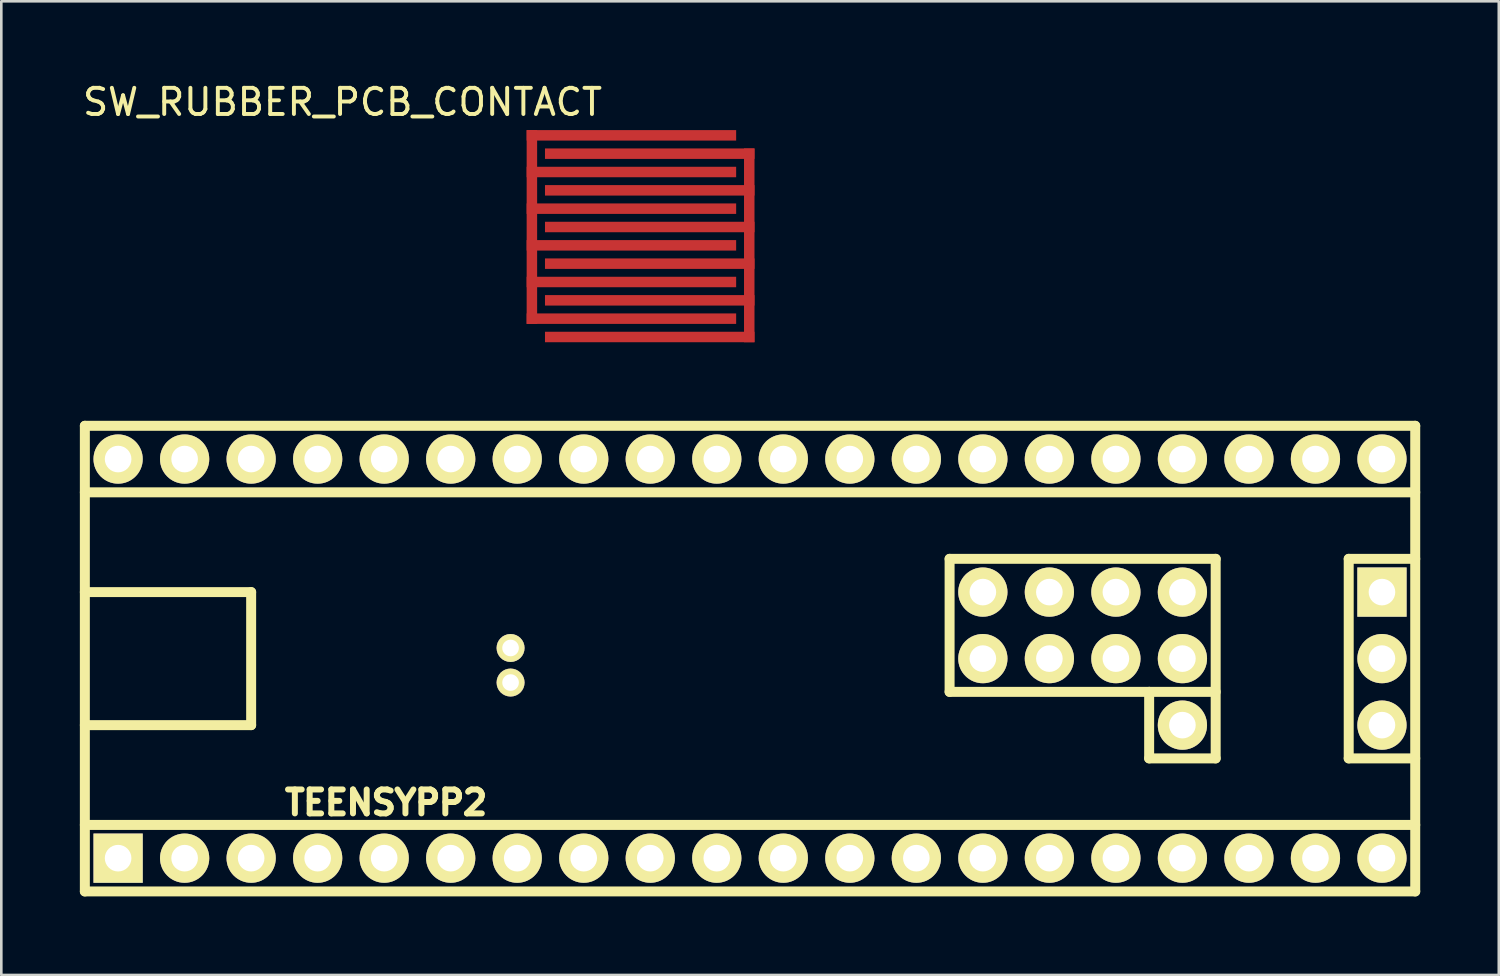
<source format=kicad_pcb>
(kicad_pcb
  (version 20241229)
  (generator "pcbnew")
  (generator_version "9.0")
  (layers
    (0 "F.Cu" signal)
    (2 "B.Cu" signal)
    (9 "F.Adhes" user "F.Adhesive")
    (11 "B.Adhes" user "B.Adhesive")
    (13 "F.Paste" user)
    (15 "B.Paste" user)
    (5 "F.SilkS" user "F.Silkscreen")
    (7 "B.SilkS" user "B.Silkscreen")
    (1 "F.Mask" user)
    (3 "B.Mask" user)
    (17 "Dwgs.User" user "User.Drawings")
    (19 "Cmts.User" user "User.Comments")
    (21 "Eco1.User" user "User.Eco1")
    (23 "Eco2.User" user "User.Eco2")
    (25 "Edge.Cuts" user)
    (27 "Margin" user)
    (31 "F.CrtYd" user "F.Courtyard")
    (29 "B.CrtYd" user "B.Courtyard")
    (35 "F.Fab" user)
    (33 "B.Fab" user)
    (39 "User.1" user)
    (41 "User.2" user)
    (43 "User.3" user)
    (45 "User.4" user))
  (footprint "SW_RUBBER_PCB_CONTACT"
    (layer "F.Cu")
    (at 21.46 5.928)
    (property "Reference" "SW_RUBBER_PCB_CONTACT" (at -11.43 -5.08 0) (layer "F.SilkS") (effects (font (size 1 1) (thickness 0.15))))
    (attr through_hole)
    (pad "" smd rect (at -0.4 -3.81) (size 8 0.4) (layers "F.Cu" "F.Mask" "F.Paste"))
    (pad "" smd rect (at -0.4 -2.41) (size 8 0.4) (layers "F.Cu" "F.Mask" "F.Paste"))
    (pad "" smd rect (at -0.4 -1.01) (size 8 0.4) (layers "F.Cu" "F.Mask" "F.Paste"))
    (pad "" smd rect (at -0.4 0.39) (size 8 0.4) (layers "F.Cu" "F.Mask" "F.Paste"))
    (pad "" smd rect (at -0.4 1.79) (size 8 0.4) (layers "F.Cu" "F.Mask" "F.Paste"))
    (pad "" smd rect (at -0.4 3.19) (size 8 0.4) (layers "F.Cu" "F.Mask" "F.Paste"))
    (pad "" smd rect (at 0.3 -3.11) (size 8 0.4) (layers "F.Cu" "F.Mask" "F.Paste"))
    (pad "" smd rect (at 0.3 -1.71) (size 8 0.4) (layers "F.Cu" "F.Mask" "F.Paste"))
    (pad "" smd rect (at 0.3 -0.31) (size 8 0.4) (layers "F.Cu" "F.Mask" "F.Paste"))
    (pad "" smd rect (at 0.3 1.09) (size 8 0.4) (layers "F.Cu" "F.Mask" "F.Paste"))
    (pad "" smd rect (at 0.3 2.49) (size 8 0.4) (layers "F.Cu" "F.Mask" "F.Paste"))
    (pad "" smd rect (at 0.3 3.89) (size 8 0.4) (layers "F.Cu" "F.Mask" "F.Paste"))
    (pad "1" smd rect (at -4.2 -0.31) (size 0.4 7.4) (layers "F.Cu" "F.Mask" "F.Paste"))
    (pad "2" smd rect (at 4.1 0.39) (size 0.4 7.4) (layers "F.Cu" "F.Mask" "F.Paste")))
  (footprint "TEENSYPP2"
    (layer "F.Cu")
    (at 25.59 22.099)
    (property "Reference" "TEENSYPP2" (at -13.899 5.499 0) (layer "F.SilkS") (effects (font (size 0.914 0.914) (thickness 0.229))))
    (attr through_hole)
    (fp_line (start -25.4 -8.89) (end 25.4 -8.89) (stroke (width 0.381) (type solid)) (layer "F.SilkS"))
    (fp_line (start -25.4 -6.35) (end 25.4 -6.35) (stroke (width 0.381) (type solid)) (layer "F.SilkS"))
    (fp_line (start -25.4 -2.54) (end -19.05 -2.54) (stroke (width 0.381) (type solid)) (layer "F.SilkS"))
    (fp_line (start -25.4 8.89) (end -25.4 -8.89) (stroke (width 0.381) (type solid)) (layer "F.SilkS"))
    (fp_line (start -19.05 -2.54) (end -19.05 2.54) (stroke (width 0.381) (type solid)) (layer "F.SilkS"))
    (fp_line (start -19.05 2.54) (end -25.4 2.54) (stroke (width 0.381) (type solid)) (layer "F.SilkS"))
    (fp_line (start 7.62 -3.81) (end 17.78 -3.81) (stroke (width 0.381) (type solid)) (layer "F.SilkS"))
    (fp_line (start 7.62 1.27) (end 7.62 -3.81) (stroke (width 0.381) (type solid)) (layer "F.SilkS"))
    (fp_line (start 15.24 1.27) (end 7.62 1.27) (stroke (width 0.381) (type solid)) (layer "F.SilkS"))
    (fp_line (start 15.24 1.27) (end 17.78 1.27) (stroke (width 0.381) (type solid)) (layer "F.SilkS"))
    (fp_line (start 15.24 3.81) (end 15.24 1.27) (stroke (width 0.381) (type solid)) (layer "F.SilkS"))
    (fp_line (start 17.78 -3.81) (end 17.78 3.81) (stroke (width 0.381) (type solid)) (layer "F.SilkS"))
    (fp_line (start 17.78 3.81) (end 15.24 3.81) (stroke (width 0.381) (type solid)) (layer "F.SilkS"))
    (fp_line (start 22.86 -3.81) (end 22.86 3.81) (stroke (width 0.381) (type solid)) (layer "F.SilkS"))
    (fp_line (start 22.86 3.81) (end 25.4 3.81) (stroke (width 0.381) (type solid)) (layer "F.SilkS"))
    (fp_line (start 25.4 -8.89) (end 25.4 8.89) (stroke (width 0.381) (type solid)) (layer "F.SilkS"))
    (fp_line (start 25.4 -3.81) (end 22.86 -3.81) (stroke (width 0.381) (type solid)) (layer "F.SilkS"))
    (fp_line (start 25.4 6.35) (end -25.4 6.35) (stroke (width 0.381) (type solid)) (layer "F.SilkS"))
    (fp_line (start 25.4 8.89) (end -25.4 8.89) (stroke (width 0.381) (type solid)) (layer "F.SilkS"))
    (pad "1" thru_hole rect (at -24.13 7.62) (size 1.88 1.88) (drill 1.016) (layers "*.Cu" "*.Mask" "F.SilkS"))
    (pad "2" thru_hole circle (at -21.59 7.62) (size 1.88 1.88) (drill 1.016) (layers "*.Cu" "*.Mask" "F.SilkS"))
    (pad "3" thru_hole circle (at -19.05 7.62) (size 1.88 1.88) (drill 1.016) (layers "*.Cu" "*.Mask" "F.SilkS"))
    (pad "4" thru_hole circle (at -16.51 7.62) (size 1.88 1.88) (drill 1.016) (layers "*.Cu" "*.Mask" "F.SilkS"))
    (pad "5" thru_hole circle (at -13.97 7.62) (size 1.88 1.88) (drill 1.016) (layers "*.Cu" "*.Mask" "F.SilkS"))
    (pad "6" thru_hole circle (at -11.43 7.62) (size 1.88 1.88) (drill 1.016) (layers "*.Cu" "*.Mask" "F.SilkS"))
    (pad "7" thru_hole circle (at -8.89 7.62) (size 1.88 1.88) (drill 1.016) (layers "*.Cu" "*.Mask" "F.SilkS"))
    (pad "8" thru_hole circle (at -6.35 7.62) (size 1.88 1.88) (drill 1.016) (layers "*.Cu" "*.Mask" "F.SilkS"))
    (pad "9" thru_hole circle (at -3.81 7.62) (size 1.88 1.88) (drill 1.016) (layers "*.Cu" "*.Mask" "F.SilkS"))
    (pad "10" thru_hole circle (at -1.27 7.62) (size 1.88 1.88) (drill 1.016) (layers "*.Cu" "*.Mask" "F.SilkS"))
    (pad "11" thru_hole circle (at 1.27 7.62) (size 1.88 1.88) (drill 1.016) (layers "*.Cu" "*.Mask" "F.SilkS"))
    (pad "12" thru_hole circle (at 3.81 7.62) (size 1.88 1.88) (drill 1.016) (layers "*.Cu" "*.Mask" "F.SilkS"))
    (pad "13" thru_hole circle (at 6.35 7.62) (size 1.88 1.88) (drill 1.016) (layers "*.Cu" "*.Mask" "F.SilkS"))
    (pad "14" thru_hole circle (at 8.89 7.62) (size 1.88 1.88) (drill 1.016) (layers "*.Cu" "*.Mask" "F.SilkS"))
    (pad "15" thru_hole circle (at 11.43 7.62) (size 1.88 1.88) (drill 1.016) (layers "*.Cu" "*.Mask" "F.SilkS"))
    (pad "16" thru_hole circle (at 13.97 7.62) (size 1.88 1.88) (drill 1.016) (layers "*.Cu" "*.Mask" "F.SilkS"))
    (pad "17" thru_hole circle (at 16.51 7.62) (size 1.88 1.88) (drill 1.016) (layers "*.Cu" "*.Mask" "F.SilkS"))
    (pad "18" thru_hole circle (at 19.05 7.62) (size 1.88 1.88) (drill 1.016) (layers "*.Cu" "*.Mask" "F.SilkS"))
    (pad "19" thru_hole circle (at 21.59 7.62) (size 1.88 1.88) (drill 1.016) (layers "*.Cu" "*.Mask" "F.SilkS"))
    (pad "20" thru_hole circle (at 24.13 7.62) (size 1.88 1.88) (drill 1.016) (layers "*.Cu" "*.Mask" "F.SilkS"))
    (pad "21" thru_hole circle (at 24.13 2.54) (size 1.88 1.88) (drill 1.016) (layers "*.Cu" "*.Mask" "F.SilkS"))
    (pad "22" thru_hole circle (at 24.13 0) (size 1.88 1.88) (drill 1.016) (layers "*.Cu" "*.Mask" "F.SilkS"))
    (pad "23" thru_hole rect (at 24.13 -2.54) (size 1.88 1.88) (drill 1.016) (layers "*.Cu" "*.Mask" "F.SilkS"))
    (pad "24" thru_hole circle (at 8.89 0) (size 1.88 1.88) (drill 1.016) (layers "*.Cu" "*.Mask" "F.SilkS"))
    (pad "25" thru_hole circle (at 8.89 -2.54) (size 1.88 1.88) (drill 1.016) (layers "*.Cu" "*.Mask" "F.SilkS"))
    (pad "26" thru_hole circle (at 11.43 0) (size 1.88 1.88) (drill 1.016) (layers "*.Cu" "*.Mask" "F.SilkS"))
    (pad "27" thru_hole circle (at 11.43 -2.54) (size 1.88 1.88) (drill 1.016) (layers "*.Cu" "*.Mask" "F.SilkS"))
    (pad "28" thru_hole circle (at 13.97 0) (size 1.88 1.88) (drill 1.016) (layers "*.Cu" "*.Mask" "F.SilkS"))
    (pad "29" thru_hole circle (at 13.97 -2.54) (size 1.88 1.88) (drill 1.016) (layers "*.Cu" "*.Mask" "F.SilkS"))
    (pad "30" thru_hole circle (at 16.51 2.54) (size 1.88 1.88) (drill 1.016) (layers "*.Cu" "*.Mask" "F.SilkS"))
    (pad "31" thru_hole circle (at 16.51 0) (size 1.88 1.88) (drill 1.016) (layers "*.Cu" "*.Mask" "F.SilkS"))
    (pad "32" thru_hole circle (at 16.51 -2.54) (size 1.88 1.88) (drill 1.016) (layers "*.Cu" "*.Mask" "F.SilkS"))
    (pad "33" thru_hole circle (at 24.13 -7.62) (size 1.88 1.88) (drill 1.016) (layers "*.Cu" "*.Mask" "F.SilkS"))
    (pad "34" thru_hole circle (at 21.59 -7.62) (size 1.88 1.88) (drill 1.016) (layers "*.Cu" "*.Mask" "F.SilkS"))
    (pad "35" thru_hole circle (at 19.05 -7.62) (size 1.88 1.88) (drill 1.016) (layers "*.Cu" "*.Mask" "F.SilkS"))
    (pad "36" thru_hole circle (at 16.51 -7.62) (size 1.88 1.88) (drill 1.016) (layers "*.Cu" "*.Mask" "F.SilkS"))
    (pad "37" thru_hole circle (at 13.97 -7.62) (size 1.88 1.88) (drill 1.016) (layers "*.Cu" "*.Mask" "F.SilkS"))
    (pad "38" thru_hole circle (at 11.43 -7.62) (size 1.88 1.88) (drill 1.016) (layers "*.Cu" "*.Mask" "F.SilkS"))
    (pad "39" thru_hole circle (at 8.89 -7.62) (size 1.88 1.88) (drill 1.016) (layers "*.Cu" "*.Mask" "F.SilkS"))
    (pad "40" thru_hole circle (at 6.35 -7.62) (size 1.88 1.88) (drill 1.016) (layers "*.Cu" "*.Mask" "F.SilkS"))
    (pad "41" thru_hole circle (at 3.81 -7.62) (size 1.88 1.88) (drill 1.016) (layers "*.Cu" "*.Mask" "F.SilkS"))
    (pad "42" thru_hole circle (at 1.27 -7.62) (size 1.88 1.88) (drill 1.016) (layers "*.Cu" "*.Mask" "F.SilkS"))
    (pad "43" thru_hole circle (at -1.27 -7.62) (size 1.88 1.88) (drill 1.016) (layers "*.Cu" "*.Mask" "F.SilkS"))
    (pad "44" thru_hole circle (at -3.81 -7.62) (size 1.88 1.88) (drill 1.016) (layers "*.Cu" "*.Mask" "F.SilkS"))
    (pad "45" thru_hole circle (at -6.35 -7.62) (size 1.88 1.88) (drill 1.016) (layers "*.Cu" "*.Mask" "F.SilkS"))
    (pad "46" thru_hole circle (at -8.89 -7.62) (size 1.88 1.88) (drill 1.016) (layers "*.Cu" "*.Mask" "F.SilkS"))
    (pad "47" thru_hole circle (at -11.43 -7.62) (size 1.88 1.88) (drill 1.016) (layers "*.Cu" "*.Mask" "F.SilkS"))
    (pad "48" thru_hole circle (at -13.97 -7.62) (size 1.88 1.88) (drill 1.016) (layers "*.Cu" "*.Mask" "F.SilkS"))
    (pad "49" thru_hole circle (at -16.51 -7.62) (size 1.88 1.88) (drill 1.016) (layers "*.Cu" "*.Mask" "F.SilkS"))
    (pad "50" thru_hole circle (at -19.05 -7.62) (size 1.88 1.88) (drill 1.016) (layers "*.Cu" "*.Mask" "F.SilkS"))
    (pad "51" thru_hole circle (at -21.59 -7.62) (size 1.88 1.88) (drill 1.016) (layers "*.Cu" "*.Mask" "F.SilkS"))
    (pad "52" thru_hole circle (at -24.13 -7.62) (size 1.88 1.88) (drill 1.016) (layers "*.Cu" "*.Mask" "F.SilkS"))
    (pad "53" thru_hole circle (at -9.144 -0.406) (size 1.067 1.067) (drill 0.635) (layers "*.Cu" "*.Mask" "F.SilkS"))
    (pad "54" thru_hole circle (at -9.144 0.914) (size 1.067 1.067) (drill 0.635) (layers "*.Cu" "*.Mask" "F.SilkS")))
  (gr_rect
    (start -3 -3)
    (end 54.181 34.179)
    (stroke (width 0.1) (type default))
    (fill no)
    (layer "Edge.Cuts")))
</source>
